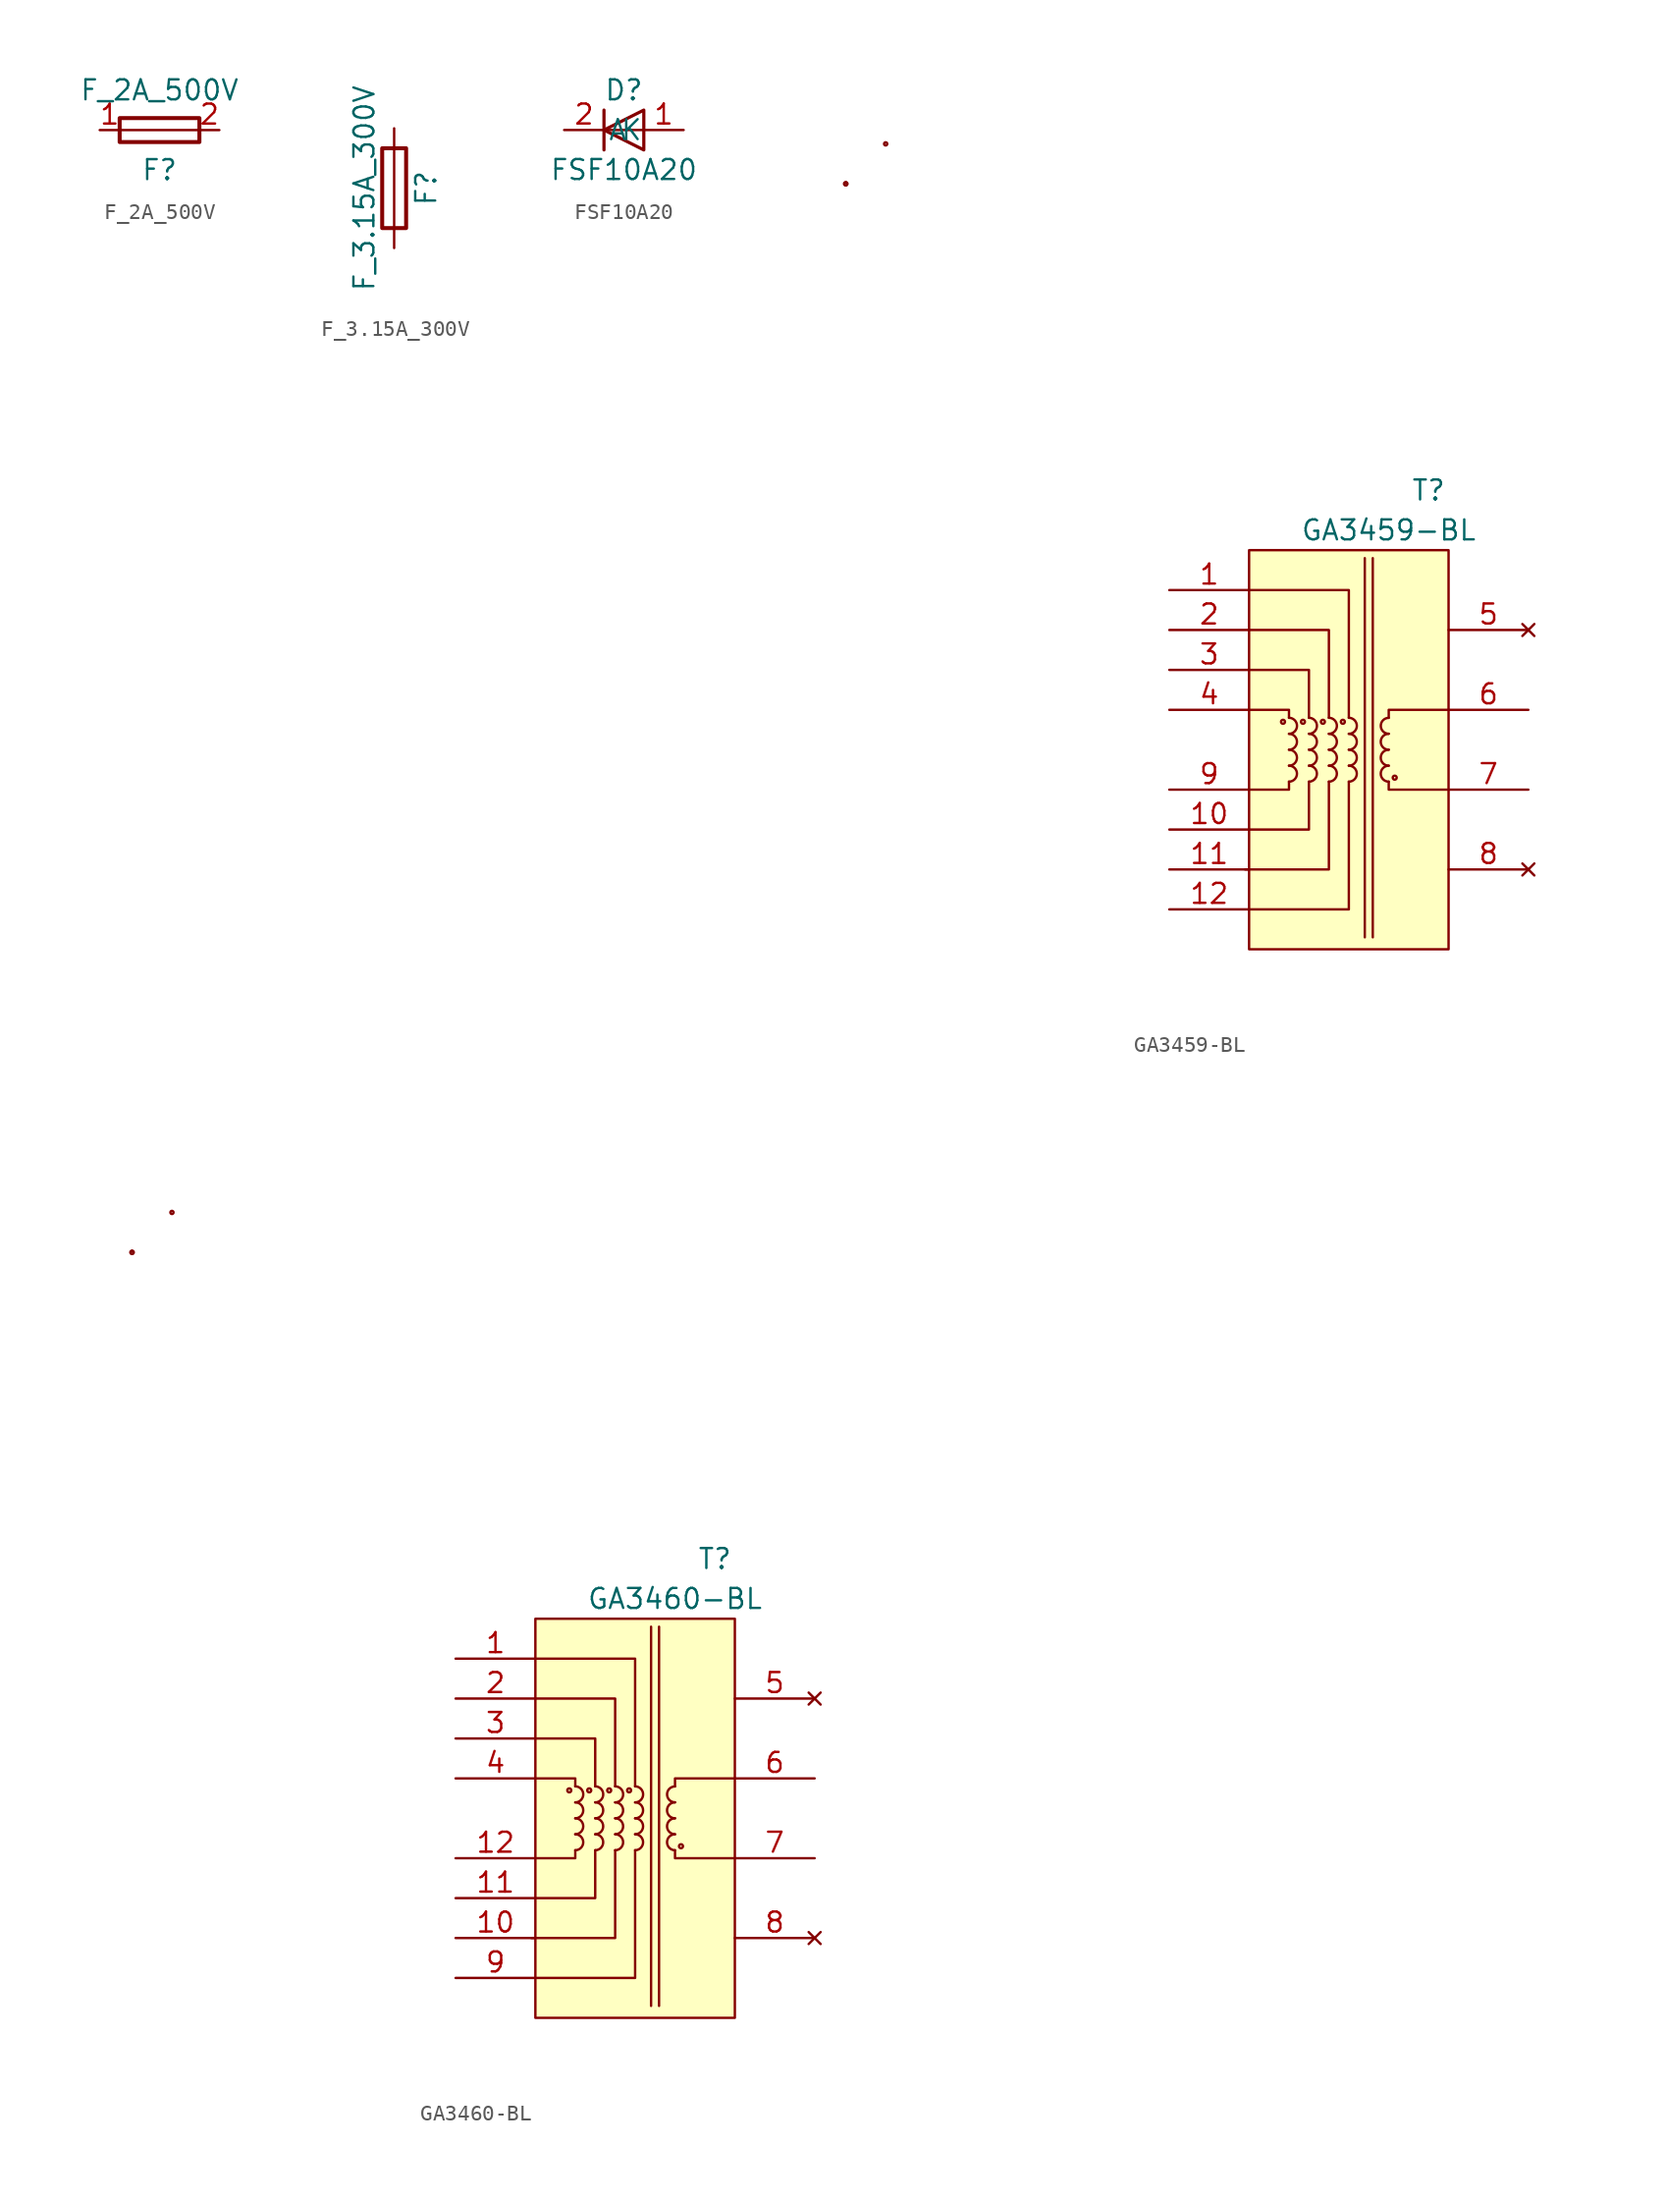
<source format=kicad_sym>
(kicad_symbol_lib
  (version 20211014)
  (generator kicad_symbol_editor)
  (symbol "F_2A_500V"
    (pin_names
      (offset 1.016))
    (property "Reference" "F"
      (at 0 -2.54 0)
      (effects (font (size 1.27 1.27))))
    (property "Value" "F_2A_500V"
      (at 0 2.54 0)
      (effects (font (size 1.27 1.27))))
    (symbol "F_2A_500V_1_1"
      (polyline (pts (xy -2.54 0) (xy 2.54 0)) (stroke (width 0) (type default) (color 0 0 0 0)) (fill (type none)))
      (rectangle (start 2.54 -0.762) (end -2.54 0.762) (stroke (width 0.254) (type default) (color 0 0 0 0)) (fill (type none)))
      (pin passive line (at -3.81 0 0) (length 1.27) (name "~" (effects (font (size 1.27 1.27)))) (number "1" (effects (font (size 1.27 1.27)))))
      (pin passive line (at 3.81 0 180) (length 1.27) (name "~" (effects (font (size 1.27 1.27)))) (number "2" (effects (font (size 1.27 1.27)))))))
  (symbol "F_3.15A_300V"
    (pin_numbers hide)
    (pin_names
      (offset 0))
    (property "Reference" "F"
      (at 2.032 0 90)
      (effects (font (size 1.27 1.27))))
    (property "Value" "F_3.15A_300V"
      (at -1.905 0 90)
      (effects (font (size 1.27 1.27))))
    (symbol "F_3.15A_300V_0_1"
      (rectangle (start -0.762 -2.54) (end 0.762 2.54) (stroke (width 0.254) (type default) (color 0 0 0 0)) (fill (type none)))
      (polyline (pts (xy 0 2.54) (xy 0 -2.54)) (stroke (width 0) (type default) (color 0 0 0 0)) (fill (type none))))
    (symbol "F_3.15A_300V_1_1"
      (pin passive line (at 0 3.81 270) (length 1.27) (name "~" (effects (font (size 1.27 1.27)))) (number "1" (effects (font (size 1.27 1.27)))))
      (pin passive line (at 0 -3.81 90) (length 1.27) (name "~" (effects (font (size 1.27 1.27)))) (number "2" (effects (font (size 1.27 1.27)))))))
  (symbol "FSF10A20"
    (pin_names
      (offset 1.016))
    (property "Reference" "D"
      (at 0 2.54 0)
      (effects (font (size 1.27 1.27))))
    (property "Value" "FSF10A20"
      (at 0 -2.54 0)
      (effects (font (size 1.27 1.27))))
    (symbol "FSF10A20_1_1"
      (polyline (pts (xy -1.27 1.27) (xy -1.27 -1.27)) (stroke (width 0.203) (type default) (color 0 0 0 0)) (fill (type none)))
      (polyline (pts (xy 1.27 0) (xy -1.27 0)) (stroke (width 0) (type default) (color 0 0 0 0)) (fill (type none)))
      (polyline (pts (xy 1.27 1.27) (xy 1.27 -1.27) (xy -1.27 0) (xy 1.27 1.27)) (stroke (width 0.203) (type default) (color 0 0 0 0)) (fill (type none)))
      (pin passive line (at 3.81 0 180) (length 2.54) (name "A" (effects (font (size 1.27 1.27)))) (number "1" (effects (font (size 1.27 1.27)))))
      (pin passive line (at -3.81 0 0) (length 2.54) (name "K" (effects (font (size 1.27 1.27)))) (number "2" (effects (font (size 1.27 1.27)))))))
  (symbol "GA3459-BL"
    (pin_names
      (offset 1.016))
    (property "Reference" "T"
      (at 3.81 29.21 0)
      (effects (font (size 1.27 1.27))))
    (property "Value" "GA3459-BL"
      (at 1.27 26.67 0)
      (effects (font (size 1.27 1.27))))
    (symbol "GA3459-BL_0_0"
      (pin passive line (at -12.7 22.86 0) (length 5.08) (name "~" (effects (font (size 1.27 1.27)))) (number "1" (effects (font (size 1.27 1.27)))))
      (pin passive line (at -12.7 7.62 0) (length 5.08) (name "~" (effects (font (size 1.27 1.27)))) (number "10" (effects (font (size 1.27 1.27)))))
      (pin passive line (at -12.7 5.08 0) (length 5.08) (name "~" (effects (font (size 1.27 1.27)))) (number "11" (effects (font (size 1.27 1.27)))))
      (pin passive line (at -12.7 2.54 0) (length 5.08) (name "~" (effects (font (size 1.27 1.27)))) (number "12" (effects (font (size 1.27 1.27)))))
      (pin passive line (at -12.7 20.32 0) (length 5.08) (name "~" (effects (font (size 1.27 1.27)))) (number "2" (effects (font (size 1.27 1.27)))))
      (pin passive line (at -12.7 17.78 0) (length 5.08) (name "~" (effects (font (size 1.27 1.27)))) (number "3" (effects (font (size 1.27 1.27)))))
      (pin passive line (at -12.7 15.24 0) (length 5.08) (name "~" (effects (font (size 1.27 1.27)))) (number "4" (effects (font (size 1.27 1.27)))))
      (pin no_connect line (at 10.16 20.32 180) (length 5.08) (name "~" (effects (font (size 1.27 1.27)))) (number "5" (effects (font (size 1.27 1.27)))))
      (pin passive line (at 10.16 15.24 180) (length 5.08) (name "~" (effects (font (size 1.27 1.27)))) (number "6" (effects (font (size 1.27 1.27)))))
      (pin passive line (at 10.16 10.16 180) (length 5.08) (name "~" (effects (font (size 1.27 1.27)))) (number "7" (effects (font (size 1.27 1.27)))))
      (pin no_connect line (at 10.16 5.08 180) (length 5.08) (name "~" (effects (font (size 1.27 1.27)))) (number "8" (effects (font (size 1.27 1.27)))))
      (pin passive line (at -12.7 10.16 0) (length 5.08) (name "~" (effects (font (size 1.27 1.27)))) (number "9" (effects (font (size 1.27 1.27))))))
    (symbol "GA3459-BL_0_1"
      (rectangle (start -7.62 25.4) (end 5.08 0) (stroke (width 0) (type default) (color 0 0 0 0)) (fill (type background)))
      (circle (center -5.461 14.478) (radius 0.127) (stroke (width 0) (type default) (color 0 0 0 0)) (fill (type none)))
      (circle (center -4.191 14.478) (radius 0.127) (stroke (width 0) (type default) (color 0 0 0 0)) (fill (type none)))
      (circle (center -2.921 14.478) (radius 0.127) (stroke (width 0) (type default) (color 0 0 0 0)) (fill (type none)))
      (circle (center -1.651 14.478) (radius 0.127) (stroke (width 0) (type default) (color 0 0 0 0)) (fill (type none)))
      (polyline (pts (xy -0.254 24.892) (xy -0.254 0.762)) (stroke (width 0) (type default) (color 0 0 0 0)) (fill (type none)))
      (polyline (pts (xy 0.254 24.892) (xy 0.254 0.762)) (stroke (width 0) (type default) (color 0 0 0 0)) (fill (type none)))
      (polyline (pts (xy -7.62 2.54) (xy -1.27 2.54) (xy -1.27 10.668)) (stroke (width 0) (type default) (color 0 0 0 0)) (fill (type none)))
      (polyline (pts (xy -7.62 7.62) (xy -3.81 7.62) (xy -3.81 10.668)) (stroke (width 0) (type default) (color 0 0 0 0)) (fill (type none)))
      (polyline (pts (xy -7.62 15.24) (xy -5.08 15.24) (xy -5.08 14.732)) (stroke (width 0) (type default) (color 0 0 0 0)) (fill (type none)))
      (polyline (pts (xy -7.62 20.32) (xy -2.54 20.32) (xy -2.54 14.732)) (stroke (width 0) (type default) (color 0 0 0 0)) (fill (type none)))
      (polyline (pts (xy -5.08 10.668) (xy -5.08 10.16) (xy -7.62 10.16)) (stroke (width 0) (type default) (color 0 0 0 0)) (fill (type none)))
      (polyline (pts (xy -3.81 14.732) (xy -3.81 17.78) (xy -7.62 17.78)) (stroke (width 0) (type default) (color 0 0 0 0)) (fill (type none)))
      (polyline (pts (xy -1.27 14.732) (xy -1.27 22.86) (xy -7.62 22.86)) (stroke (width 0) (type default) (color 0 0 0 0)) (fill (type none)))
      (polyline (pts (xy 5.08 10.16) (xy 1.27 10.16) (xy 1.27 10.668)) (stroke (width 0) (type default) (color 0 0 0 0)) (fill (type none)))
      (polyline (pts (xy 5.08 15.24) (xy 1.27 15.24) (xy 1.27 14.732)) (stroke (width 0) (type default) (color 0 0 0 0)) (fill (type none)))
      (polyline (pts (xy -2.54 10.668) (xy -2.54 6.604) (xy -2.54 5.08) (xy -7.874 5.08)) (stroke (width 0) (type default) (color 0 0 0 0)) (fill (type none)))
      (circle (center 1.651 10.922) (radius 0.127) (stroke (width 0) (type default) (color 0 0 0 0)) (fill (type none))))
    (symbol "GA3459-BL_1_1"
      (circle (center -33.299 48.717) (radius 0.025) (stroke (width 0) (type default) (color 0 0 0 0)) (fill (type none)))
      (circle (center -33.299 48.717) (radius 0.025) (stroke (width 0) (type default) (color 0 0 0 0)) (fill (type none)))
      (circle (center -30.759 51.257) (radius 0.025) (stroke (width 0) (type default) (color 0 0 0 0)) (fill (type none)))
      (arc (start -5.08 10.668) (mid -4.572 11.176) (end -5.08 11.684) (stroke (width 0) (type default) (color 0 0 0 0)) (fill (type none)))
      (arc (start -5.08 11.684) (mid -4.572 12.192) (end -5.08 12.7) (stroke (width 0) (type default) (color 0 0 0 0)) (fill (type none)))
      (arc (start -5.08 12.7) (mid -4.572 13.208) (end -5.08 13.716) (stroke (width 0) (type default) (color 0 0 0 0)) (fill (type none)))
      (arc (start -5.08 13.716) (mid -4.572 14.224) (end -5.08 14.732) (stroke (width 0) (type default) (color 0 0 0 0)) (fill (type none)))
      (arc (start -3.81 10.668) (mid -3.302 11.176) (end -3.81 11.684) (stroke (width 0) (type default) (color 0 0 0 0)) (fill (type none)))
      (arc (start -3.81 11.684) (mid -3.302 12.192) (end -3.81 12.7) (stroke (width 0) (type default) (color 0 0 0 0)) (fill (type none)))
      (arc (start -3.81 12.7) (mid -3.302 13.208) (end -3.81 13.716) (stroke (width 0) (type default) (color 0 0 0 0)) (fill (type none)))
      (arc (start -3.81 13.716) (mid -3.302 14.224) (end -3.81 14.732) (stroke (width 0) (type default) (color 0 0 0 0)) (fill (type none)))
      (arc (start -2.54 10.668) (mid -2.032 11.176) (end -2.54 11.684) (stroke (width 0) (type default) (color 0 0 0 0)) (fill (type none)))
      (arc (start -2.54 11.684) (mid -2.032 12.192) (end -2.54 12.7) (stroke (width 0) (type default) (color 0 0 0 0)) (fill (type none)))
      (arc (start -2.54 12.7) (mid -2.032 13.208) (end -2.54 13.716) (stroke (width 0) (type default) (color 0 0 0 0)) (fill (type none)))
      (arc (start -2.54 13.716) (mid -2.032 14.224) (end -2.54 14.732) (stroke (width 0) (type default) (color 0 0 0 0)) (fill (type none)))
      (arc (start -1.27 10.668) (mid -0.762 11.176) (end -1.27 11.684) (stroke (width 0) (type default) (color 0 0 0 0)) (fill (type none)))
      (arc (start -1.27 11.684) (mid -0.762 12.192) (end -1.27 12.7) (stroke (width 0) (type default) (color 0 0 0 0)) (fill (type none)))
      (arc (start -1.27 12.7) (mid -0.762 13.208) (end -1.27 13.716) (stroke (width 0) (type default) (color 0 0 0 0)) (fill (type none)))
      (arc (start -1.27 13.716) (mid -0.762 14.224) (end -1.27 14.732) (stroke (width 0) (type default) (color 0 0 0 0)) (fill (type none)))
      (arc (start 1.27 11.684) (mid 0.762 11.176) (end 1.27 10.668) (stroke (width 0) (type default) (color 0 0 0 0)) (fill (type none)))
      (arc (start 1.27 12.7) (mid 0.762 12.192) (end 1.27 11.684) (stroke (width 0) (type default) (color 0 0 0 0)) (fill (type none)))
      (arc (start 1.27 13.716) (mid 0.762 13.208) (end 1.27 12.7) (stroke (width 0) (type default) (color 0 0 0 0)) (fill (type none)))
      (arc (start 1.27 14.732) (mid 0.762 14.224) (end 1.27 13.716) (stroke (width 0) (type default) (color 0 0 0 0)) (fill (type none)))))
  (symbol "GA3460-BL"
    (pin_names
      (offset 1.016))
    (property "Reference" "T"
      (at 3.81 29.21 0)
      (effects (font (size 1.27 1.27))))
    (property "Value" "GA3460-BL"
      (at 1.27 26.67 0)
      (effects (font (size 1.27 1.27))))
    (symbol "GA3460-BL_0_0"
      (pin passive line (at -12.7 22.86 0) (length 5.08) (name "~" (effects (font (size 1.27 1.27)))) (number "1" (effects (font (size 1.27 1.27)))))
      (pin passive line (at -12.7 5.08 0) (length 5.08) (name "~" (effects (font (size 1.27 1.27)))) (number "10" (effects (font (size 1.27 1.27)))))
      (pin passive line (at -12.7 7.62 0) (length 5.08) (name "~" (effects (font (size 1.27 1.27)))) (number "11" (effects (font (size 1.27 1.27)))))
      (pin passive line (at -12.7 10.16 0) (length 5.08) (name "~" (effects (font (size 1.27 1.27)))) (number "12" (effects (font (size 1.27 1.27)))))
      (pin passive line (at -12.7 20.32 0) (length 5.08) (name "~" (effects (font (size 1.27 1.27)))) (number "2" (effects (font (size 1.27 1.27)))))
      (pin passive line (at -12.7 17.78 0) (length 5.08) (name "~" (effects (font (size 1.27 1.27)))) (number "3" (effects (font (size 1.27 1.27)))))
      (pin passive line (at -12.7 15.24 0) (length 5.08) (name "~" (effects (font (size 1.27 1.27)))) (number "4" (effects (font (size 1.27 1.27)))))
      (pin no_connect line (at 10.16 20.32 180) (length 5.08) (name "~" (effects (font (size 1.27 1.27)))) (number "5" (effects (font (size 1.27 1.27)))))
      (pin passive line (at 10.16 15.24 180) (length 5.08) (name "~" (effects (font (size 1.27 1.27)))) (number "6" (effects (font (size 1.27 1.27)))))
      (pin passive line (at 10.16 10.16 180) (length 5.08) (name "~" (effects (font (size 1.27 1.27)))) (number "7" (effects (font (size 1.27 1.27)))))
      (pin no_connect line (at 10.16 5.08 180) (length 5.08) (name "~" (effects (font (size 1.27 1.27)))) (number "8" (effects (font (size 1.27 1.27)))))
      (pin passive line (at -12.7 2.54 0) (length 5.08) (name "~" (effects (font (size 1.27 1.27)))) (number "9" (effects (font (size 1.27 1.27))))))
    (symbol "GA3460-BL_0_1"
      (rectangle (start -7.62 25.4) (end 5.08 0) (stroke (width 0) (type default) (color 0 0 0 0)) (fill (type background)))
      (circle (center -5.461 14.478) (radius 0.127) (stroke (width 0) (type default) (color 0 0 0 0)) (fill (type none)))
      (circle (center -4.191 14.478) (radius 0.127) (stroke (width 0) (type default) (color 0 0 0 0)) (fill (type none)))
      (circle (center -2.921 14.478) (radius 0.127) (stroke (width 0) (type default) (color 0 0 0 0)) (fill (type none)))
      (circle (center -1.651 14.478) (radius 0.127) (stroke (width 0) (type default) (color 0 0 0 0)) (fill (type none)))
      (polyline (pts (xy -0.254 24.892) (xy -0.254 0.762)) (stroke (width 0) (type default) (color 0 0 0 0)) (fill (type none)))
      (polyline (pts (xy 0.254 24.892) (xy 0.254 0.762)) (stroke (width 0) (type default) (color 0 0 0 0)) (fill (type none)))
      (polyline (pts (xy -7.62 2.54) (xy -1.27 2.54) (xy -1.27 10.668)) (stroke (width 0) (type default) (color 0 0 0 0)) (fill (type none)))
      (polyline (pts (xy -7.62 7.62) (xy -3.81 7.62) (xy -3.81 10.668)) (stroke (width 0) (type default) (color 0 0 0 0)) (fill (type none)))
      (polyline (pts (xy -7.62 15.24) (xy -5.08 15.24) (xy -5.08 14.732)) (stroke (width 0) (type default) (color 0 0 0 0)) (fill (type none)))
      (polyline (pts (xy -7.62 20.32) (xy -2.54 20.32) (xy -2.54 14.732)) (stroke (width 0) (type default) (color 0 0 0 0)) (fill (type none)))
      (polyline (pts (xy -5.08 10.668) (xy -5.08 10.16) (xy -7.62 10.16)) (stroke (width 0) (type default) (color 0 0 0 0)) (fill (type none)))
      (polyline (pts (xy -3.81 14.732) (xy -3.81 17.78) (xy -7.62 17.78)) (stroke (width 0) (type default) (color 0 0 0 0)) (fill (type none)))
      (polyline (pts (xy -1.27 14.732) (xy -1.27 22.86) (xy -7.62 22.86)) (stroke (width 0) (type default) (color 0 0 0 0)) (fill (type none)))
      (polyline (pts (xy 5.08 10.16) (xy 1.27 10.16) (xy 1.27 10.668)) (stroke (width 0) (type default) (color 0 0 0 0)) (fill (type none)))
      (polyline (pts (xy 5.08 15.24) (xy 1.27 15.24) (xy 1.27 14.732)) (stroke (width 0) (type default) (color 0 0 0 0)) (fill (type none)))
      (polyline (pts (xy -2.54 10.668) (xy -2.54 6.604) (xy -2.54 5.08) (xy -7.874 5.08)) (stroke (width 0) (type default) (color 0 0 0 0)) (fill (type none)))
      (circle (center 1.651 10.922) (radius 0.127) (stroke (width 0) (type default) (color 0 0 0 0)) (fill (type none))))
    (symbol "GA3460-BL_1_1"
      (circle (center -33.299 48.717) (radius 0.025) (stroke (width 0) (type default) (color 0 0 0 0)) (fill (type none)))
      (circle (center -33.299 48.717) (radius 0.025) (stroke (width 0) (type default) (color 0 0 0 0)) (fill (type none)))
      (circle (center -30.759 51.257) (radius 0.025) (stroke (width 0) (type default) (color 0 0 0 0)) (fill (type none)))
      (arc (start -5.08 10.668) (mid -4.572 11.176) (end -5.08 11.684) (stroke (width 0) (type default) (color 0 0 0 0)) (fill (type none)))
      (arc (start -5.08 11.684) (mid -4.572 12.192) (end -5.08 12.7) (stroke (width 0) (type default) (color 0 0 0 0)) (fill (type none)))
      (arc (start -5.08 12.7) (mid -4.572 13.208) (end -5.08 13.716) (stroke (width 0) (type default) (color 0 0 0 0)) (fill (type none)))
      (arc (start -5.08 13.716) (mid -4.572 14.224) (end -5.08 14.732) (stroke (width 0) (type default) (color 0 0 0 0)) (fill (type none)))
      (arc (start -3.81 10.668) (mid -3.302 11.176) (end -3.81 11.684) (stroke (width 0) (type default) (color 0 0 0 0)) (fill (type none)))
      (arc (start -3.81 11.684) (mid -3.302 12.192) (end -3.81 12.7) (stroke (width 0) (type default) (color 0 0 0 0)) (fill (type none)))
      (arc (start -3.81 12.7) (mid -3.302 13.208) (end -3.81 13.716) (stroke (width 0) (type default) (color 0 0 0 0)) (fill (type none)))
      (arc (start -3.81 13.716) (mid -3.302 14.224) (end -3.81 14.732) (stroke (width 0) (type default) (color 0 0 0 0)) (fill (type none)))
      (arc (start -2.54 10.668) (mid -2.032 11.176) (end -2.54 11.684) (stroke (width 0) (type default) (color 0 0 0 0)) (fill (type none)))
      (arc (start -2.54 11.684) (mid -2.032 12.192) (end -2.54 12.7) (stroke (width 0) (type default) (color 0 0 0 0)) (fill (type none)))
      (arc (start -2.54 12.7) (mid -2.032 13.208) (end -2.54 13.716) (stroke (width 0) (type default) (color 0 0 0 0)) (fill (type none)))
      (arc (start -2.54 13.716) (mid -2.032 14.224) (end -2.54 14.732) (stroke (width 0) (type default) (color 0 0 0 0)) (fill (type none)))
      (arc (start -1.27 10.668) (mid -0.762 11.176) (end -1.27 11.684) (stroke (width 0) (type default) (color 0 0 0 0)) (fill (type none)))
      (arc (start -1.27 11.684) (mid -0.762 12.192) (end -1.27 12.7) (stroke (width 0) (type default) (color 0 0 0 0)) (fill (type none)))
      (arc (start -1.27 12.7) (mid -0.762 13.208) (end -1.27 13.716) (stroke (width 0) (type default) (color 0 0 0 0)) (fill (type none)))
      (arc (start -1.27 13.716) (mid -0.762 14.224) (end -1.27 14.732) (stroke (width 0) (type default) (color 0 0 0 0)) (fill (type none)))
      (arc (start 1.27 11.684) (mid 0.762 11.176) (end 1.27 10.668) (stroke (width 0) (type default) (color 0 0 0 0)) (fill (type none)))
      (arc (start 1.27 12.7) (mid 0.762 12.192) (end 1.27 11.684) (stroke (width 0) (type default) (color 0 0 0 0)) (fill (type none)))
      (arc (start 1.27 13.716) (mid 0.762 13.208) (end 1.27 12.7) (stroke (width 0) (type default) (color 0 0 0 0)) (fill (type none)))
      (arc (start 1.27 14.732) (mid 0.762 14.224) (end 1.27 13.716) (stroke (width 0) (type default) (color 0 0 0 0)) (fill (type none))))))
</source>
